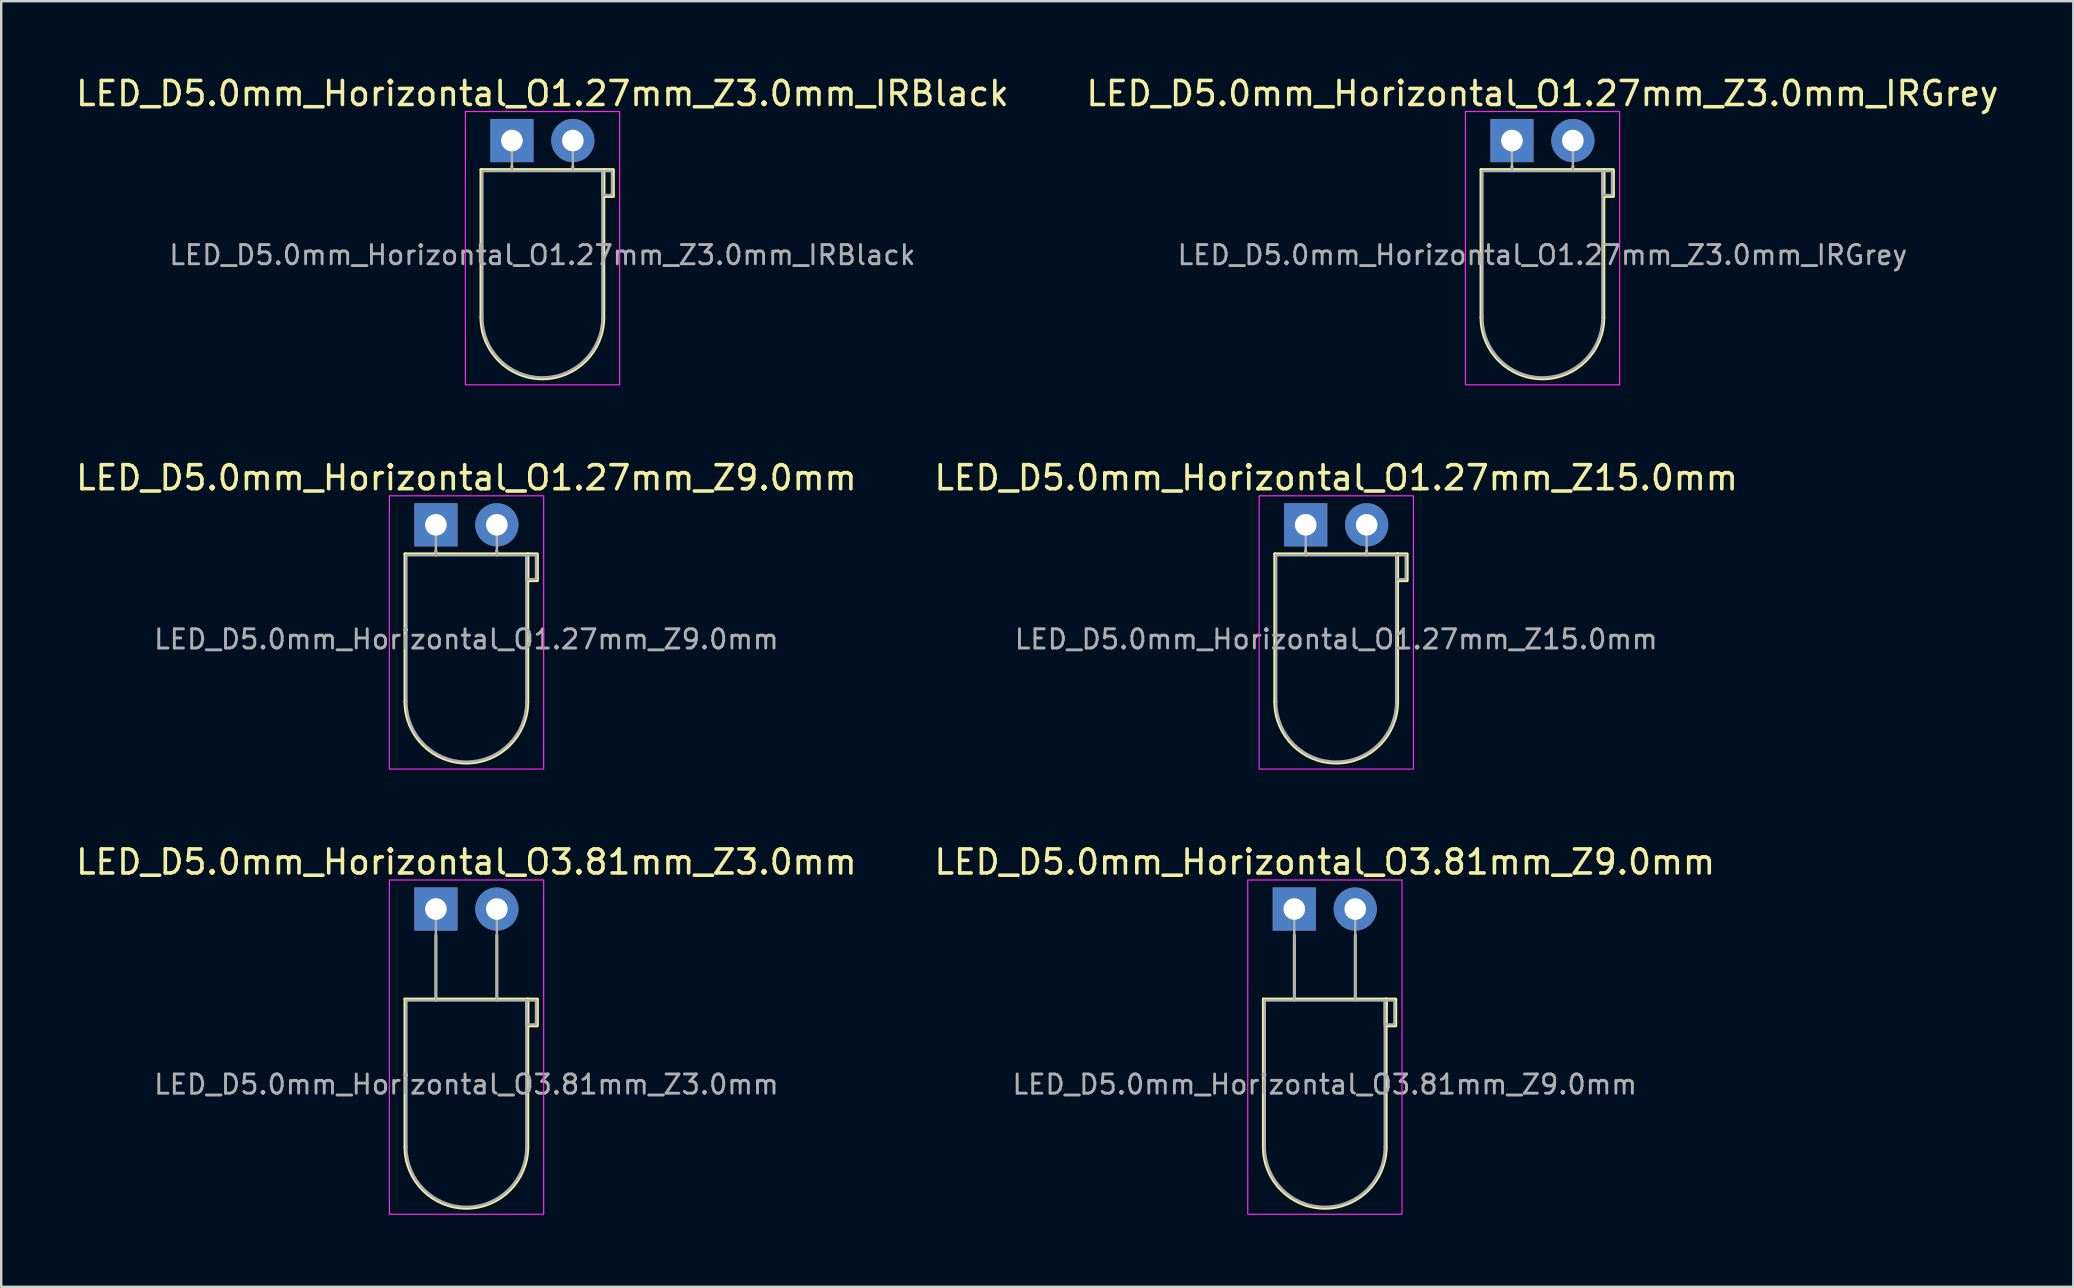
<source format=kicad_pcb>
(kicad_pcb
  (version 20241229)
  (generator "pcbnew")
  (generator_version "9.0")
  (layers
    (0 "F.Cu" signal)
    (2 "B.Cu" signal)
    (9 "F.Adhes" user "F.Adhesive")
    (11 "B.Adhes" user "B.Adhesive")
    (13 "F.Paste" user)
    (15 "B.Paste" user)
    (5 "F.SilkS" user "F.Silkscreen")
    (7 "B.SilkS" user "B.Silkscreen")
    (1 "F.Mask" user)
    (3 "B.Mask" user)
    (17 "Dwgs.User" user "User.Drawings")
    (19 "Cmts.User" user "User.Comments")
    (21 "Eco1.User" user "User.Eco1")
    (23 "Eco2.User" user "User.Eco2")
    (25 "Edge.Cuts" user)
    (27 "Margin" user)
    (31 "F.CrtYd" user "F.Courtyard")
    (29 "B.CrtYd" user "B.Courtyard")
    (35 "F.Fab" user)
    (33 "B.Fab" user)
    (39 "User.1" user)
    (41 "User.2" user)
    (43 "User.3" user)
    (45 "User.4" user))
  (footprint "LED_D5.0mm_Horizontal_O3.81mm_Z9.0mm"
    (layer "F.Cu")
    (at 50.891 34.835)
    (property "Reference" "LED_D5.0mm_Horizontal_O3.81mm_Z9.0mm" (at 1.27 -1.96 0) (layer "F.SilkS") (effects (font (size 1 1) (thickness 0.15))))
    (attr through_hole)
    (fp_line (start -1.29 3.75) (end -1.29 9.91) (stroke (width 0.12) (type solid)) (layer "F.SilkS"))
    (fp_line (start -1.29 3.75) (end 3.83 3.75) (stroke (width 0.12) (type solid)) (layer "F.SilkS"))
    (fp_line (start 3.83 3.75) (end 3.83 9.91) (stroke (width 0.12) (type solid)) (layer "F.SilkS"))
    (fp_rect (start 0 1.08) (end 0 3.75) (stroke (width 0.12) (type solid)) (fill no) (layer "F.SilkS"))
    (fp_rect (start 2.54 1.08) (end 2.54 3.75) (stroke (width 0.12) (type solid)) (fill no) (layer "F.SilkS"))
    (fp_rect (start 3.83 3.75) (end 4.23 4.87) (stroke (width 0.12) (type solid)) (fill no) (layer "F.SilkS"))
    (fp_arc (start 3.83 9.91) (mid 1.27 12.47) (end -1.29 9.91) (stroke (width 0.12) (type solid)) (layer "F.SilkS"))
    (fp_rect (start -1.94 -1.21) (end 4.49 12.72) (stroke (width 0.05) (type solid)) (fill no) (layer "F.CrtYd"))
    (fp_line (start -1.23 3.81) (end -1.23 9.91) (stroke (width 0.1) (type solid)) (layer "F.Fab"))
    (fp_line (start -1.23 3.81) (end 3.77 3.81) (stroke (width 0.1) (type solid)) (layer "F.Fab"))
    (fp_line (start 3.77 3.81) (end 3.77 9.91) (stroke (width 0.1) (type solid)) (layer "F.Fab"))
    (fp_rect (start 0 0) (end 0 3.81) (stroke (width 0.1) (type solid)) (fill no) (layer "F.Fab"))
    (fp_rect (start 2.54 0) (end 2.54 3.81) (stroke (width 0.1) (type solid)) (fill no) (layer "F.Fab"))
    (fp_rect (start 3.77 3.81) (end 4.17 4.81) (stroke (width 0.1) (type solid)) (fill no) (layer "F.Fab"))
    (fp_arc (start 3.77 9.91) (mid 1.27 12.41) (end -1.23 9.91) (stroke (width 0.1) (type solid)) (layer "F.Fab"))
    (fp_text user "${REFERENCE}" (at 1.27 7.31 0) (layer "F.Fab") (effects (font (size 0.8 0.8) (thickness 0.12))))
    (pad "1" thru_hole rect (at 0 0) (size 1.8 1.8) (drill 0.9) (layers "*.Cu" "*.Mask"))
    (pad "2" thru_hole circle (at 2.54 0) (size 1.8 1.8) (drill 0.9) (layers "*.Cu" "*.Mask")))
  (footprint "LED_D5.0mm_Horizontal_O1.27mm_Z3.0mm_IRGrey"
    (layer "F.Cu")
    (at 59.962 2.808)
    (property "Reference" "LED_D5.0mm_Horizontal_O1.27mm_Z3.0mm_IRGrey" (at 1.27 -1.96 0) (layer "F.SilkS") (effects (font (size 1 1) (thickness 0.15))))
    (attr through_hole)
    (fp_line (start -1.29 1.21) (end -1.29 7.37) (stroke (width 0.12) (type solid)) (layer "F.SilkS"))
    (fp_line (start -1.29 1.21) (end 3.83 1.21) (stroke (width 0.12) (type solid)) (layer "F.SilkS"))
    (fp_line (start 3.83 1.21) (end 3.83 7.37) (stroke (width 0.12) (type solid)) (layer "F.SilkS"))
    (fp_rect (start 0 1.08) (end 0 1.21) (stroke (width 0.12) (type solid)) (fill no) (layer "F.SilkS"))
    (fp_rect (start 2.54 1.08) (end 2.54 1.21) (stroke (width 0.12) (type solid)) (fill no) (layer "F.SilkS"))
    (fp_rect (start 3.83 1.21) (end 4.23 2.33) (stroke (width 0.12) (type solid)) (fill no) (layer "F.SilkS"))
    (fp_arc (start 3.83 7.37) (mid 1.27 9.93) (end -1.29 7.37) (stroke (width 0.12) (type solid)) (layer "F.SilkS"))
    (fp_rect (start -1.94 -1.21) (end 4.49 10.18) (stroke (width 0.05) (type solid)) (fill no) (layer "F.CrtYd"))
    (fp_line (start -1.23 1.27) (end -1.23 7.37) (stroke (width 0.1) (type solid)) (layer "F.Fab"))
    (fp_line (start -1.23 1.27) (end 3.77 1.27) (stroke (width 0.1) (type solid)) (layer "F.Fab"))
    (fp_line (start 3.77 1.27) (end 3.77 7.37) (stroke (width 0.1) (type solid)) (layer "F.Fab"))
    (fp_rect (start 0 0) (end 0 1.27) (stroke (width 0.1) (type solid)) (fill no) (layer "F.Fab"))
    (fp_rect (start 2.54 0) (end 2.54 1.27) (stroke (width 0.1) (type solid)) (fill no) (layer "F.Fab"))
    (fp_rect (start 3.77 1.27) (end 4.17 2.27) (stroke (width 0.1) (type solid)) (fill no) (layer "F.Fab"))
    (fp_arc (start 3.77 7.37) (mid 1.27 9.87) (end -1.23 7.37) (stroke (width 0.1) (type solid)) (layer "F.Fab"))
    (fp_text user "${REFERENCE}" (at 1.27 4.77 0) (layer "F.Fab") (effects (font (size 0.8 0.8) (thickness 0.12))))
    (pad "1" thru_hole rect (at 0 0) (size 1.8 1.8) (drill 0.9) (layers "*.Cu" "*.Mask"))
    (pad "2" thru_hole circle (at 2.54 0) (size 1.8 1.8) (drill 0.9) (layers "*.Cu" "*.Mask")))
  (footprint "LED_D5.0mm_Horizontal_O1.27mm_Z15.0mm"
    (layer "F.Cu")
    (at 51.367 18.822)
    (property "Reference" "LED_D5.0mm_Horizontal_O1.27mm_Z15.0mm" (at 1.27 -1.96 0) (layer "F.SilkS") (effects (font (size 1 1) (thickness 0.15))))
    (attr through_hole)
    (fp_line (start -1.29 1.21) (end -1.29 7.37) (stroke (width 0.12) (type solid)) (layer "F.SilkS"))
    (fp_line (start -1.29 1.21) (end 3.83 1.21) (stroke (width 0.12) (type solid)) (layer "F.SilkS"))
    (fp_line (start 3.83 1.21) (end 3.83 7.37) (stroke (width 0.12) (type solid)) (layer "F.SilkS"))
    (fp_rect (start 0 1.08) (end 0 1.21) (stroke (width 0.12) (type solid)) (fill no) (layer "F.SilkS"))
    (fp_rect (start 2.54 1.08) (end 2.54 1.21) (stroke (width 0.12) (type solid)) (fill no) (layer "F.SilkS"))
    (fp_rect (start 3.83 1.21) (end 4.23 2.33) (stroke (width 0.12) (type solid)) (fill no) (layer "F.SilkS"))
    (fp_arc (start 3.83 7.37) (mid 1.27 9.93) (end -1.29 7.37) (stroke (width 0.12) (type solid)) (layer "F.SilkS"))
    (fp_rect (start -1.94 -1.21) (end 4.49 10.18) (stroke (width 0.05) (type solid)) (fill no) (layer "F.CrtYd"))
    (fp_line (start -1.23 1.27) (end -1.23 7.37) (stroke (width 0.1) (type solid)) (layer "F.Fab"))
    (fp_line (start -1.23 1.27) (end 3.77 1.27) (stroke (width 0.1) (type solid)) (layer "F.Fab"))
    (fp_line (start 3.77 1.27) (end 3.77 7.37) (stroke (width 0.1) (type solid)) (layer "F.Fab"))
    (fp_rect (start 0 0) (end 0 1.27) (stroke (width 0.1) (type solid)) (fill no) (layer "F.Fab"))
    (fp_rect (start 2.54 0) (end 2.54 1.27) (stroke (width 0.1) (type solid)) (fill no) (layer "F.Fab"))
    (fp_rect (start 3.77 1.27) (end 4.17 2.27) (stroke (width 0.1) (type solid)) (fill no) (layer "F.Fab"))
    (fp_arc (start 3.77 7.37) (mid 1.27 9.87) (end -1.23 7.37) (stroke (width 0.1) (type solid)) (layer "F.Fab"))
    (fp_text user "${REFERENCE}" (at 1.27 4.77 0) (layer "F.Fab") (effects (font (size 0.8 0.8) (thickness 0.12))))
    (pad "1" thru_hole rect (at 0 0) (size 1.8 1.8) (drill 0.9) (layers "*.Cu" "*.Mask"))
    (pad "2" thru_hole circle (at 2.54 0) (size 1.8 1.8) (drill 0.9) (layers "*.Cu" "*.Mask")))
  (footprint "LED_D5.0mm_Horizontal_O1.27mm_Z3.0mm_IRBlack"
    (layer "F.Cu")
    (at 18.284 2.808)
    (property "Reference" "LED_D5.0mm_Horizontal_O1.27mm_Z3.0mm_IRBlack" (at 1.27 -1.96 0) (layer "F.SilkS") (effects (font (size 1 1) (thickness 0.15))))
    (attr through_hole)
    (fp_line (start -1.29 1.21) (end -1.29 7.37) (stroke (width 0.12) (type solid)) (layer "F.SilkS"))
    (fp_line (start -1.29 1.21) (end 3.83 1.21) (stroke (width 0.12) (type solid)) (layer "F.SilkS"))
    (fp_line (start 3.83 1.21) (end 3.83 7.37) (stroke (width 0.12) (type solid)) (layer "F.SilkS"))
    (fp_rect (start 0 1.08) (end 0 1.21) (stroke (width 0.12) (type solid)) (fill no) (layer "F.SilkS"))
    (fp_rect (start 2.54 1.08) (end 2.54 1.21) (stroke (width 0.12) (type solid)) (fill no) (layer "F.SilkS"))
    (fp_rect (start 3.83 1.21) (end 4.23 2.33) (stroke (width 0.12) (type solid)) (fill no) (layer "F.SilkS"))
    (fp_arc (start 3.83 7.37) (mid 1.27 9.93) (end -1.29 7.37) (stroke (width 0.12) (type solid)) (layer "F.SilkS"))
    (fp_rect (start -1.94 -1.21) (end 4.49 10.18) (stroke (width 0.05) (type solid)) (fill no) (layer "F.CrtYd"))
    (fp_line (start -1.23 1.27) (end -1.23 7.37) (stroke (width 0.1) (type solid)) (layer "F.Fab"))
    (fp_line (start -1.23 1.27) (end 3.77 1.27) (stroke (width 0.1) (type solid)) (layer "F.Fab"))
    (fp_line (start 3.77 1.27) (end 3.77 7.37) (stroke (width 0.1) (type solid)) (layer "F.Fab"))
    (fp_rect (start 0 0) (end 0 1.27) (stroke (width 0.1) (type solid)) (fill no) (layer "F.Fab"))
    (fp_rect (start 2.54 0) (end 2.54 1.27) (stroke (width 0.1) (type solid)) (fill no) (layer "F.Fab"))
    (fp_rect (start 3.77 1.27) (end 4.17 2.27) (stroke (width 0.1) (type solid)) (fill no) (layer "F.Fab"))
    (fp_arc (start 3.77 7.37) (mid 1.27 9.87) (end -1.23 7.37) (stroke (width 0.1) (type solid)) (layer "F.Fab"))
    (fp_text user "${REFERENCE}" (at 1.27 4.77 0) (layer "F.Fab") (effects (font (size 0.8 0.8) (thickness 0.12))))
    (pad "1" thru_hole rect (at 0 0) (size 1.8 1.8) (drill 0.9) (layers "*.Cu" "*.Mask"))
    (pad "2" thru_hole circle (at 2.54 0) (size 1.8 1.8) (drill 0.9) (layers "*.Cu" "*.Mask")))
  (footprint "LED_D5.0mm_Horizontal_O3.81mm_Z3.0mm"
    (layer "F.Cu")
    (at 15.117 34.835)
    (property "Reference" "LED_D5.0mm_Horizontal_O3.81mm_Z3.0mm" (at 1.27 -1.96 0) (layer "F.SilkS") (effects (font (size 1 1) (thickness 0.15))))
    (attr through_hole)
    (fp_line (start -1.29 3.75) (end -1.29 9.91) (stroke (width 0.12) (type solid)) (layer "F.SilkS"))
    (fp_line (start -1.29 3.75) (end 3.83 3.75) (stroke (width 0.12) (type solid)) (layer "F.SilkS"))
    (fp_line (start 3.83 3.75) (end 3.83 9.91) (stroke (width 0.12) (type solid)) (layer "F.SilkS"))
    (fp_rect (start 0 1.08) (end 0 3.75) (stroke (width 0.12) (type solid)) (fill no) (layer "F.SilkS"))
    (fp_rect (start 2.54 1.08) (end 2.54 3.75) (stroke (width 0.12) (type solid)) (fill no) (layer "F.SilkS"))
    (fp_rect (start 3.83 3.75) (end 4.23 4.87) (stroke (width 0.12) (type solid)) (fill no) (layer "F.SilkS"))
    (fp_arc (start 3.83 9.91) (mid 1.27 12.47) (end -1.29 9.91) (stroke (width 0.12) (type solid)) (layer "F.SilkS"))
    (fp_rect (start -1.94 -1.21) (end 4.49 12.72) (stroke (width 0.05) (type solid)) (fill no) (layer "F.CrtYd"))
    (fp_line (start -1.23 3.81) (end -1.23 9.91) (stroke (width 0.1) (type solid)) (layer "F.Fab"))
    (fp_line (start -1.23 3.81) (end 3.77 3.81) (stroke (width 0.1) (type solid)) (layer "F.Fab"))
    (fp_line (start 3.77 3.81) (end 3.77 9.91) (stroke (width 0.1) (type solid)) (layer "F.Fab"))
    (fp_rect (start 0 0) (end 0 3.81) (stroke (width 0.1) (type solid)) (fill no) (layer "F.Fab"))
    (fp_rect (start 2.54 0) (end 2.54 3.81) (stroke (width 0.1) (type solid)) (fill no) (layer "F.Fab"))
    (fp_rect (start 3.77 3.81) (end 4.17 4.81) (stroke (width 0.1) (type solid)) (fill no) (layer "F.Fab"))
    (fp_arc (start 3.77 9.91) (mid 1.27 12.41) (end -1.23 9.91) (stroke (width 0.1) (type solid)) (layer "F.Fab"))
    (fp_text user "${REFERENCE}" (at 1.27 7.31 0) (layer "F.Fab") (effects (font (size 0.8 0.8) (thickness 0.12))))
    (pad "1" thru_hole rect (at 0 0) (size 1.8 1.8) (drill 0.9) (layers "*.Cu" "*.Mask"))
    (pad "2" thru_hole circle (at 2.54 0) (size 1.8 1.8) (drill 0.9) (layers "*.Cu" "*.Mask")))
  (footprint "LED_D5.0mm_Horizontal_O1.27mm_Z9.0mm"
    (layer "F.Cu")
    (at 15.117 18.822)
    (property "Reference" "LED_D5.0mm_Horizontal_O1.27mm_Z9.0mm" (at 1.27 -1.96 0) (layer "F.SilkS") (effects (font (size 1 1) (thickness 0.15))))
    (attr through_hole)
    (fp_line (start -1.29 1.21) (end -1.29 7.37) (stroke (width 0.12) (type solid)) (layer "F.SilkS"))
    (fp_line (start -1.29 1.21) (end 3.83 1.21) (stroke (width 0.12) (type solid)) (layer "F.SilkS"))
    (fp_line (start 3.83 1.21) (end 3.83 7.37) (stroke (width 0.12) (type solid)) (layer "F.SilkS"))
    (fp_rect (start 0 1.08) (end 0 1.21) (stroke (width 0.12) (type solid)) (fill no) (layer "F.SilkS"))
    (fp_rect (start 2.54 1.08) (end 2.54 1.21) (stroke (width 0.12) (type solid)) (fill no) (layer "F.SilkS"))
    (fp_rect (start 3.83 1.21) (end 4.23 2.33) (stroke (width 0.12) (type solid)) (fill no) (layer "F.SilkS"))
    (fp_arc (start 3.83 7.37) (mid 1.27 9.93) (end -1.29 7.37) (stroke (width 0.12) (type solid)) (layer "F.SilkS"))
    (fp_rect (start -1.94 -1.21) (end 4.49 10.18) (stroke (width 0.05) (type solid)) (fill no) (layer "F.CrtYd"))
    (fp_line (start -1.23 1.27) (end -1.23 7.37) (stroke (width 0.1) (type solid)) (layer "F.Fab"))
    (fp_line (start -1.23 1.27) (end 3.77 1.27) (stroke (width 0.1) (type solid)) (layer "F.Fab"))
    (fp_line (start 3.77 1.27) (end 3.77 7.37) (stroke (width 0.1) (type solid)) (layer "F.Fab"))
    (fp_rect (start 0 0) (end 0 1.27) (stroke (width 0.1) (type solid)) (fill no) (layer "F.Fab"))
    (fp_rect (start 2.54 0) (end 2.54 1.27) (stroke (width 0.1) (type solid)) (fill no) (layer "F.Fab"))
    (fp_rect (start 3.77 1.27) (end 4.17 2.27) (stroke (width 0.1) (type solid)) (fill no) (layer "F.Fab"))
    (fp_arc (start 3.77 7.37) (mid 1.27 9.87) (end -1.23 7.37) (stroke (width 0.1) (type solid)) (layer "F.Fab"))
    (fp_text user "${REFERENCE}" (at 1.27 4.77 0) (layer "F.Fab") (effects (font (size 0.8 0.8) (thickness 0.12))))
    (pad "1" thru_hole rect (at 0 0) (size 1.8 1.8) (drill 0.9) (layers "*.Cu" "*.Mask"))
    (pad "2" thru_hole circle (at 2.54 0) (size 1.8 1.8) (drill 0.9) (layers "*.Cu" "*.Mask")))
  (gr_rect
    (start -3 -3)
    (end 83.357 50.58)
    (stroke (width 0.1) (type default))
    (fill no)
    (layer "Edge.Cuts")))
</source>
